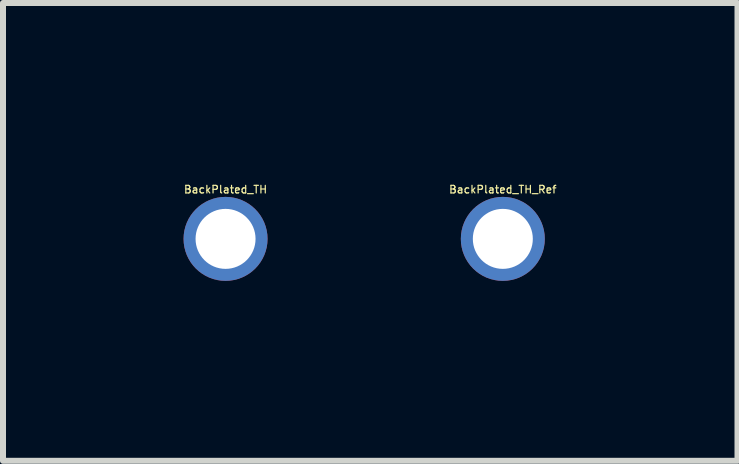
<source format=kicad_pcb>
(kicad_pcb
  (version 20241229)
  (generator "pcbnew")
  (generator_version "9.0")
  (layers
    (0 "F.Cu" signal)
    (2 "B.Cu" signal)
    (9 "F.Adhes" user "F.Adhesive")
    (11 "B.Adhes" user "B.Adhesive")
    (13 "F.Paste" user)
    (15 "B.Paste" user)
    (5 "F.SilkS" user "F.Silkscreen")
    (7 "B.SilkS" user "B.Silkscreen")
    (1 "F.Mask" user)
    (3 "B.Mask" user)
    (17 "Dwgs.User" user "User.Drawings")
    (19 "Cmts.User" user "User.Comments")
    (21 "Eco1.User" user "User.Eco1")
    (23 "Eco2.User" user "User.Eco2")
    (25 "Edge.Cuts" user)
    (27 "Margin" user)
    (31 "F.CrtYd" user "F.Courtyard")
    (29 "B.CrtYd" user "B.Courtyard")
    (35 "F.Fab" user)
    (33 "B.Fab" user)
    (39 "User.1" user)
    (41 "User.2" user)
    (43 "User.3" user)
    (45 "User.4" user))
  (footprint "BackPlated_TH"
    (layer "F.Cu")
    (at 0.71 0.932)
    (property "Reference" "BackPlated_TH" (at 0 -0.823 0) (layer "F.SilkS") (effects (font (size 0.127 0.127) (thickness 0.02))))
    (attr through_hole)
    (pad "" thru_hole circle (at 0 0) (size 1.4 1.4) (drill 1) (layers "*.Mask" "B.Cu")))
  (footprint "BackPlated_TH_Ref"
    (layer "F.Cu")
    (at 5.332 0.932)
    (property "Reference" "BackPlated_TH_Ref" (at 0 -0.823 0) (layer "F.SilkS") (effects (font (size 0.127 0.127) (thickness 0.02))))
    (attr through_hole)
    (pad "" thru_hole circle (at 0 0) (size 1.4 1.4) (drill 1) (layers "*.Mask" "B.Cu")))
  (gr_rect
    (start -3 -3)
    (end 9.244 4.632)
    (stroke (width 0.1) (type default))
    (fill no)
    (layer "Edge.Cuts")))
</source>
